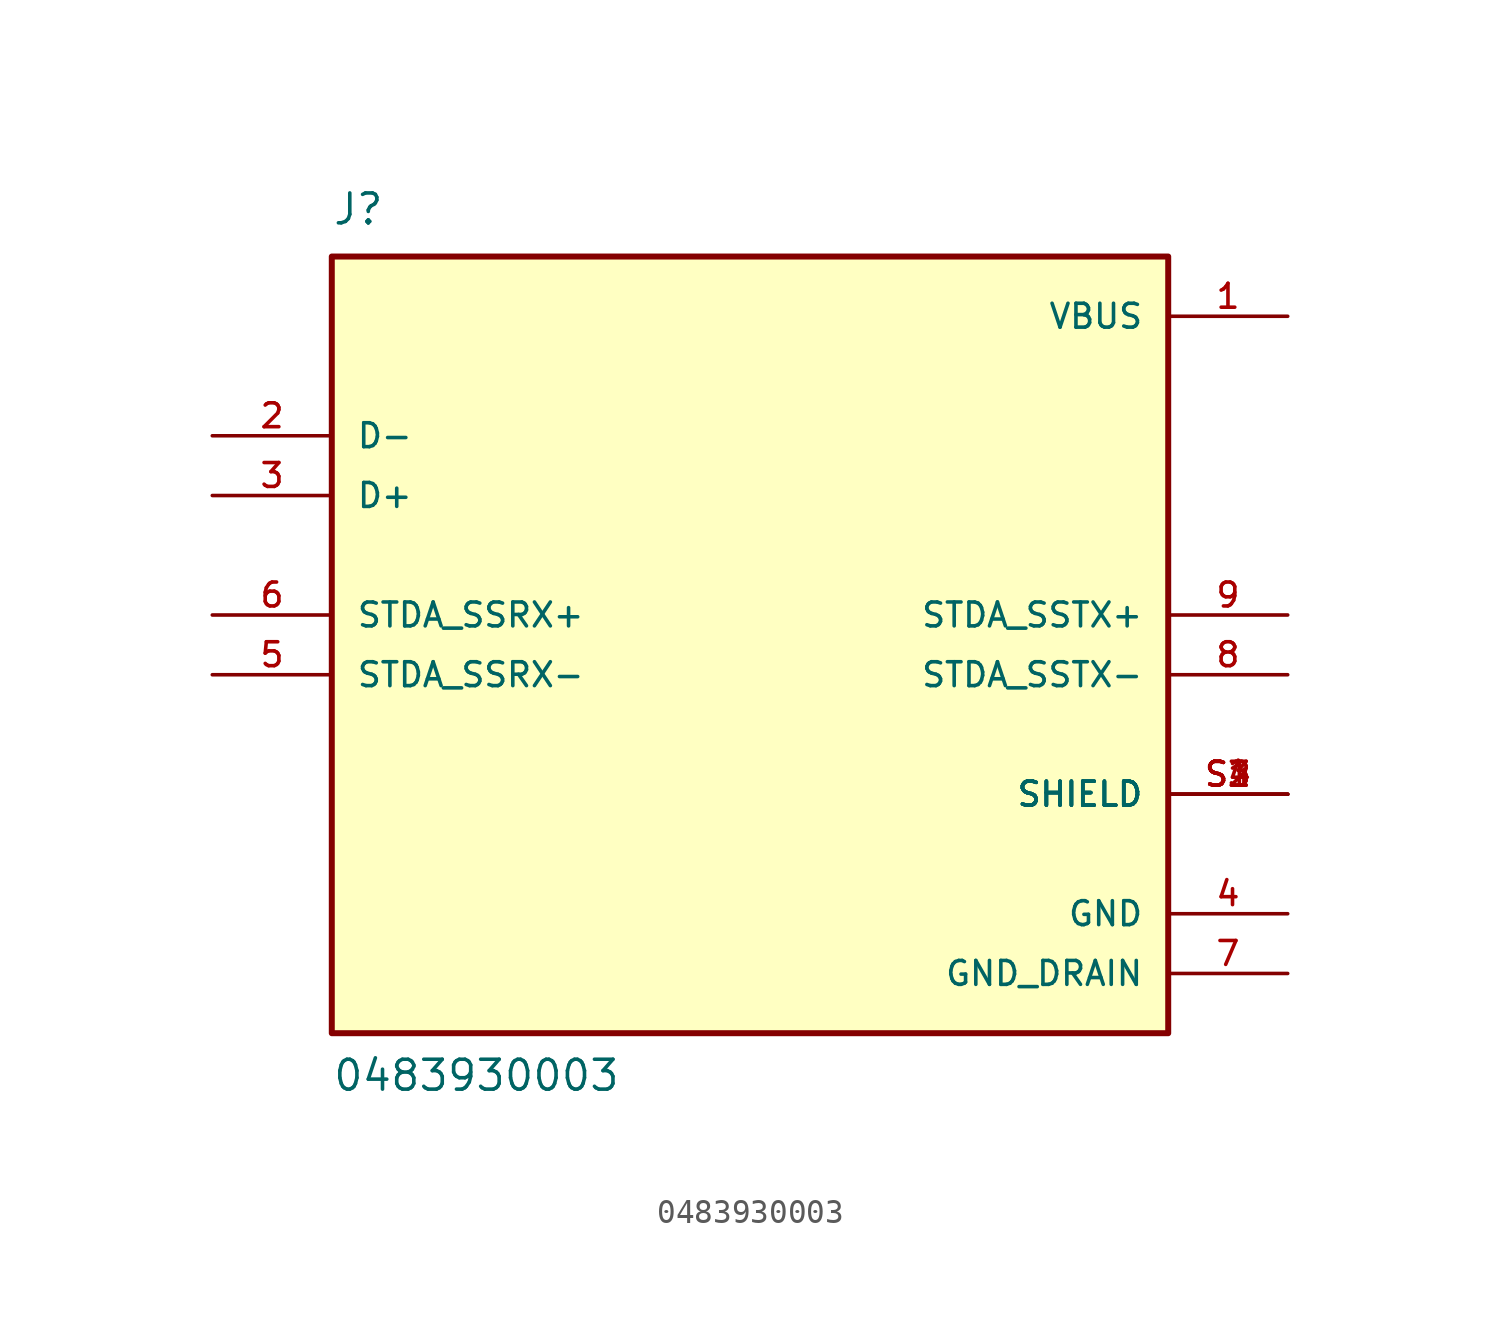
<source format=kicad_sym>
(kicad_symbol_lib
  (version 20211014)
  (generator kicad_symbol_editor)
  (symbol "0483930003"
    (pin_names
      (offset 1.016))
    (property "Reference" "J"
      (at -17.78 16.51 0)
      (effects (font (size 1.27 1.27)) (justify bottom left)))
    (property "Value" "0483930003"
      (at -17.78 -20.32 0)
      (effects (font (size 1.27 1.27)) (justify bottom left)))
    (symbol "0483930003_0_0"
      (rectangle (start -17.78 -17.78) (end 17.78 15.24) (stroke (width 0.254)) (fill (type background)))
      (pin power_in line (at 22.86 12.7 180.0) (length 5.08) (name "VBUS" (effects (font (size 1.016 1.016)))) (number "1" (effects (font (size 1.016 1.016)))))
      (pin bidirectional line (at -22.86 7.62 0) (length 5.08) (name "D-" (effects (font (size 1.016 1.016)))) (number "2" (effects (font (size 1.016 1.016)))))
      (pin bidirectional line (at -22.86 5.08 0) (length 5.08) (name "D+" (effects (font (size 1.016 1.016)))) (number "3" (effects (font (size 1.016 1.016)))))
      (pin power_in line (at 22.86 -12.7 180.0) (length 5.08) (name "GND" (effects (font (size 1.016 1.016)))) (number "4" (effects (font (size 1.016 1.016)))))
      (pin bidirectional line (at -22.86 -2.54 0) (length 5.08) (name "STDA_SSRX-" (effects (font (size 1.016 1.016)))) (number "5" (effects (font (size 1.016 1.016)))))
      (pin bidirectional line (at -22.86 0.0 0) (length 5.08) (name "STDA_SSRX+" (effects (font (size 1.016 1.016)))) (number "6" (effects (font (size 1.016 1.016)))))
      (pin power_in line (at 22.86 -15.24 180.0) (length 5.08) (name "GND_DRAIN" (effects (font (size 1.016 1.016)))) (number "7" (effects (font (size 1.016 1.016)))))
      (pin bidirectional line (at 22.86 -2.54 180.0) (length 5.08) (name "STDA_SSTX-" (effects (font (size 1.016 1.016)))) (number "8" (effects (font (size 1.016 1.016)))))
      (pin bidirectional line (at 22.86 0.0 180.0) (length 5.08) (name "STDA_SSTX+" (effects (font (size 1.016 1.016)))) (number "9" (effects (font (size 1.016 1.016)))))
      (pin passive line (at 22.86 -7.62 180.0) (length 5.08) (name "SHIELD" (effects (font (size 1.016 1.016)))) (number "S1" (effects (font (size 1.016 1.016)))))
      (pin passive line (at 22.86 -7.62 180.0) (length 5.08) (name "SHIELD" (effects (font (size 1.016 1.016)))) (number "S2" (effects (font (size 1.016 1.016)))))
      (pin passive line (at 22.86 -7.62 180.0) (length 5.08) (name "SHIELD" (effects (font (size 1.016 1.016)))) (number "S3" (effects (font (size 1.016 1.016)))))
      (pin passive line (at 22.86 -7.62 180.0) (length 5.08) (name "SHIELD" (effects (font (size 1.016 1.016)))) (number "S4" (effects (font (size 1.016 1.016))))))))
</source>
